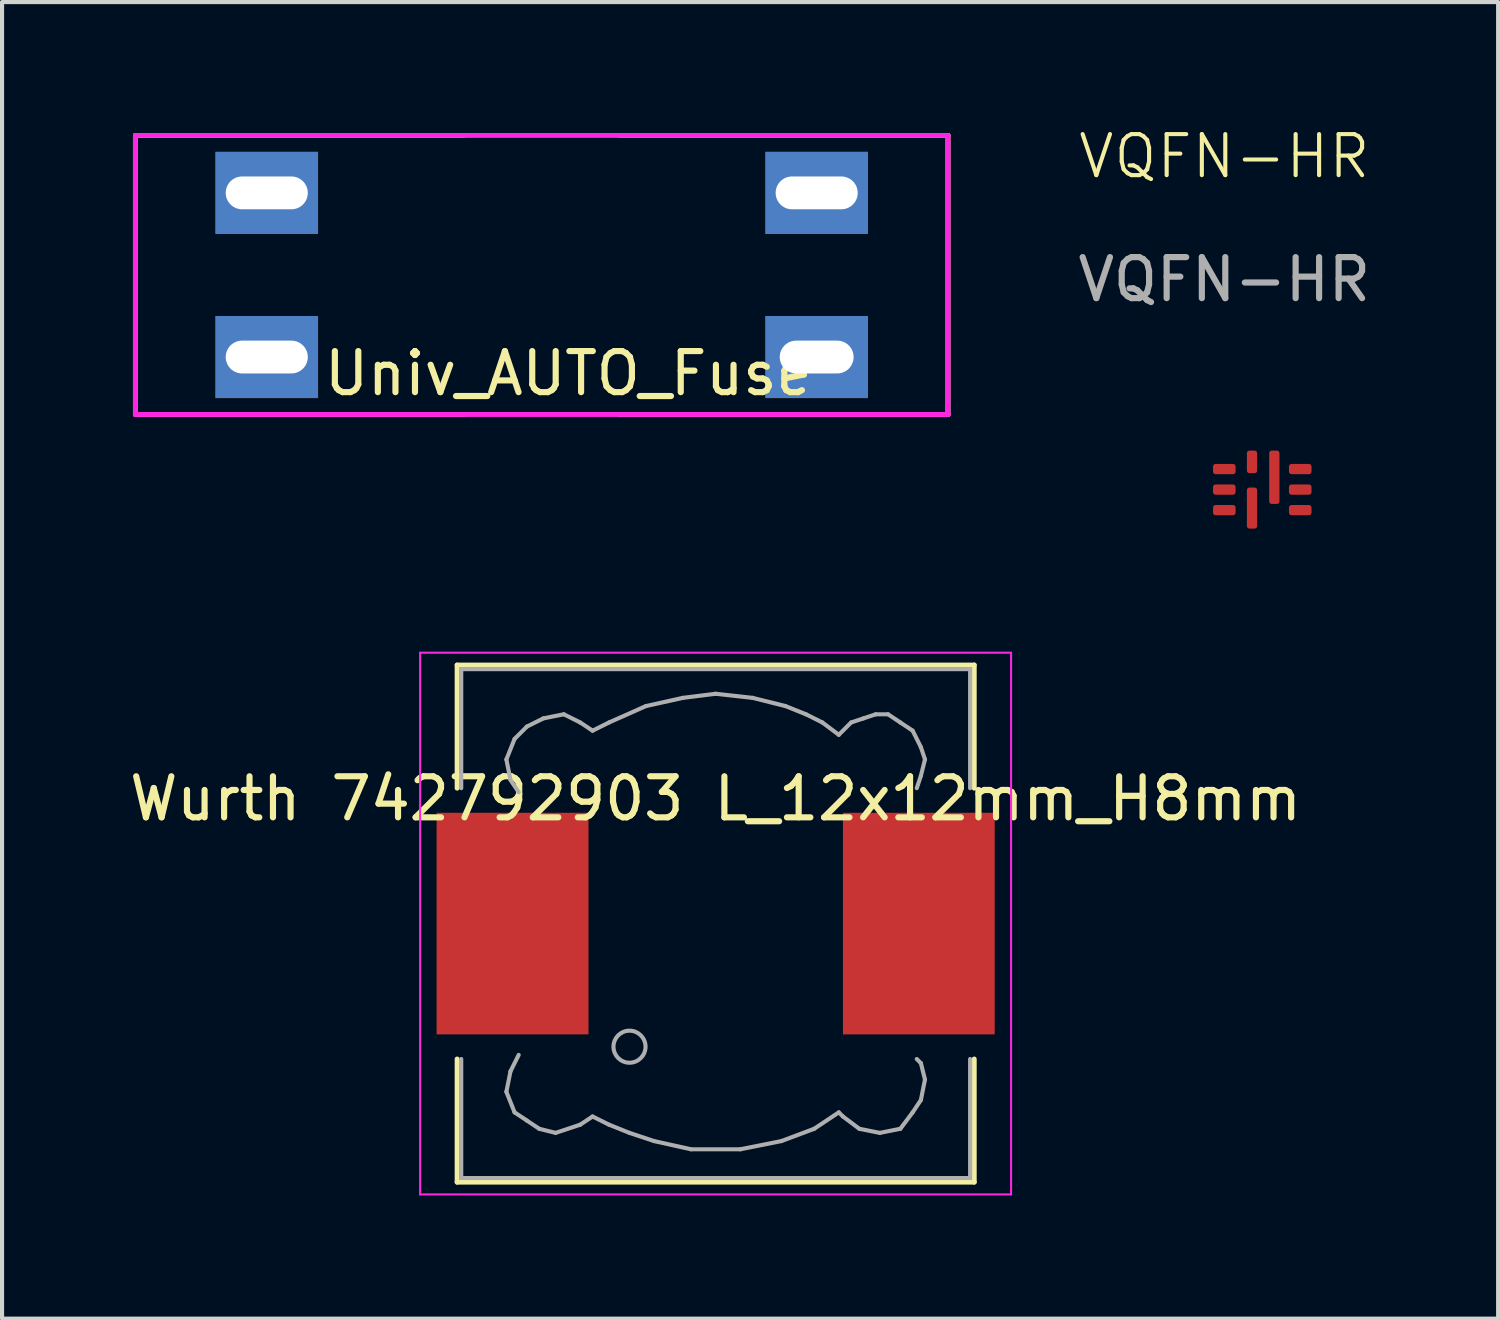
<source format=kicad_pcb>
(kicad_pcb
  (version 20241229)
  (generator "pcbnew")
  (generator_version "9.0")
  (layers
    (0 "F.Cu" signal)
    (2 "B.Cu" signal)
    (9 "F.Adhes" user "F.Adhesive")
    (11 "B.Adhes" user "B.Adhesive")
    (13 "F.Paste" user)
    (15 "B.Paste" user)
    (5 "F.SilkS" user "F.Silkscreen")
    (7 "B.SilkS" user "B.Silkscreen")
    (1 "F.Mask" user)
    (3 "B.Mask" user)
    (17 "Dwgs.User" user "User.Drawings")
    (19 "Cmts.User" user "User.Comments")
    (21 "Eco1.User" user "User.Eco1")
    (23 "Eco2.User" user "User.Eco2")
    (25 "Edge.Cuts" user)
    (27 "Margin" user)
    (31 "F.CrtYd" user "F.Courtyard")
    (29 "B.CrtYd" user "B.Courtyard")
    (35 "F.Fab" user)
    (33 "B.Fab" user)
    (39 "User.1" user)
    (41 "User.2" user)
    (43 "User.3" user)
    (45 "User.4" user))
  (footprint "Wurth 742792903 L_12x12mm_H8mm"
    (layer "F.Cu")
    (at 14.387 19.332)
    (property "Reference" "Wurth 742792903 L_12x12mm_H8mm" (at 0 -2.921 0) (unlocked yes) (layer "F.SilkS") (effects (font (size 1 1) (thickness 0.15))))
    (attr smd)
    (fp_line (start -6.298 -6.177) (end 6.302 -6.177) (stroke (width 0.12) (type solid)) (layer "F.SilkS"))
    (fp_line (start -6.298 -3.177) (end -6.298 -6.177) (stroke (width 0.12) (type solid)) (layer "F.SilkS"))
    (fp_line (start -6.298 6.423) (end -6.298 3.423) (stroke (width 0.12) (type solid)) (layer "F.SilkS"))
    (fp_line (start 6.302 -6.177) (end 6.302 -3.177) (stroke (width 0.12) (type solid)) (layer "F.SilkS"))
    (fp_line (start 6.302 3.423) (end 6.302 6.423) (stroke (width 0.12) (type solid)) (layer "F.SilkS"))
    (fp_line (start 6.302 6.423) (end -6.298 6.423) (stroke (width 0.12) (type solid)) (layer "F.SilkS"))
    (fp_line (start -7.2 -6.477) (end 7.2 -6.477) (stroke (width 0.05) (type solid)) (layer "F.CrtYd"))
    (fp_line (start -7.2 6.723) (end -7.2 -6.477) (stroke (width 0.05) (type solid)) (layer "F.CrtYd"))
    (fp_line (start 7.2 -6.477) (end 7.2 6.723) (stroke (width 0.05) (type solid)) (layer "F.CrtYd"))
    (fp_line (start 7.2 6.723) (end -7.2 6.723) (stroke (width 0.05) (type solid)) (layer "F.CrtYd"))
    (fp_line (start -6.198 -6.077) (end -6.198 -3.177) (stroke (width 0.1) (type solid)) (layer "F.Fab"))
    (fp_line (start -6.198 3.423) (end -6.198 6.323) (stroke (width 0.1) (type solid)) (layer "F.Fab"))
    (fp_line (start -6.198 6.323) (end 6.202 6.323) (stroke (width 0.1) (type solid)) (layer "F.Fab"))
    (fp_line (start -5.098 -3.877) (end -4.998 -3.377) (stroke (width 0.1) (type solid)) (layer "F.Fab"))
    (fp_line (start -5.098 4.223) (end -4.998 3.723) (stroke (width 0.1) (type solid)) (layer "F.Fab"))
    (fp_line (start -4.998 -3.377) (end -4.798 -3.077) (stroke (width 0.1) (type solid)) (layer "F.Fab"))
    (fp_line (start -4.998 3.723) (end -4.798 3.323) (stroke (width 0.1) (type solid)) (layer "F.Fab"))
    (fp_line (start -4.898 -4.377) (end -5.098 -3.877) (stroke (width 0.1) (type solid)) (layer "F.Fab"))
    (fp_line (start -4.898 4.723) (end -5.098 4.223) (stroke (width 0.1) (type solid)) (layer "F.Fab"))
    (fp_line (start -4.598 -4.677) (end -4.898 -4.377) (stroke (width 0.1) (type solid)) (layer "F.Fab"))
    (fp_line (start -4.598 4.923) (end -4.898 4.723) (stroke (width 0.1) (type solid)) (layer "F.Fab"))
    (fp_line (start -4.298 5.123) (end -4.598 4.923) (stroke (width 0.1) (type solid)) (layer "F.Fab"))
    (fp_line (start -4.198 -4.877) (end -4.598 -4.677) (stroke (width 0.1) (type solid)) (layer "F.Fab"))
    (fp_line (start -3.898 5.223) (end -4.298 5.123) (stroke (width 0.1) (type solid)) (layer "F.Fab"))
    (fp_line (start -3.698 -4.977) (end -4.198 -4.877) (stroke (width 0.1) (type solid)) (layer "F.Fab"))
    (fp_line (start -3.298 -4.777) (end -3.698 -4.977) (stroke (width 0.1) (type solid)) (layer "F.Fab"))
    (fp_line (start -3.298 5.023) (end -3.898 5.223) (stroke (width 0.1) (type solid)) (layer "F.Fab"))
    (fp_line (start -2.998 -4.577) (end -3.298 -4.777) (stroke (width 0.1) (type solid)) (layer "F.Fab"))
    (fp_line (start -2.998 4.823) (end -3.298 5.023) (stroke (width 0.1) (type solid)) (layer "F.Fab"))
    (fp_line (start -2.598 -4.777) (end -2.998 -4.577) (stroke (width 0.1) (type solid)) (layer "F.Fab"))
    (fp_line (start -2.598 5.023) (end -2.998 4.823) (stroke (width 0.1) (type solid)) (layer "F.Fab"))
    (fp_line (start -2.098 5.223) (end -2.598 5.023) (stroke (width 0.1) (type solid)) (layer "F.Fab"))
    (fp_line (start -1.698 -5.177) (end -2.598 -4.777) (stroke (width 0.1) (type solid)) (layer "F.Fab"))
    (fp_line (start -1.498 5.423) (end -2.098 5.223) (stroke (width 0.1) (type solid)) (layer "F.Fab"))
    (fp_line (start -0.798 -5.377) (end -1.698 -5.177) (stroke (width 0.1) (type solid)) (layer "F.Fab"))
    (fp_line (start -0.598 5.623) (end -1.498 5.423) (stroke (width 0.1) (type solid)) (layer "F.Fab"))
    (fp_line (start 0.002 -5.477) (end -0.798 -5.377) (stroke (width 0.1) (type solid)) (layer "F.Fab"))
    (fp_line (start 0.602 5.623) (end -0.598 5.623) (stroke (width 0.1) (type solid)) (layer "F.Fab"))
    (fp_line (start 0.902 -5.377) (end 0.002 -5.477) (stroke (width 0.1) (type solid)) (layer "F.Fab"))
    (fp_line (start 1.602 5.423) (end 0.602 5.623) (stroke (width 0.1) (type solid)) (layer "F.Fab"))
    (fp_line (start 1.702 -5.177) (end 0.902 -5.377) (stroke (width 0.1) (type solid)) (layer "F.Fab"))
    (fp_line (start 2.202 -4.977) (end 1.702 -5.177) (stroke (width 0.1) (type solid)) (layer "F.Fab"))
    (fp_line (start 2.402 5.123) (end 1.602 5.423) (stroke (width 0.1) (type solid)) (layer "F.Fab"))
    (fp_line (start 2.602 -4.777) (end 2.202 -4.977) (stroke (width 0.1) (type solid)) (layer "F.Fab"))
    (fp_line (start 3.002 -4.477) (end 2.602 -4.777) (stroke (width 0.1) (type solid)) (layer "F.Fab"))
    (fp_line (start 3.002 4.723) (end 2.402 5.123) (stroke (width 0.1) (type solid)) (layer "F.Fab"))
    (fp_line (start 3.102 4.823) (end 3.002 4.723) (stroke (width 0.1) (type solid)) (layer "F.Fab"))
    (fp_line (start 3.302 -4.777) (end 3.002 -4.477) (stroke (width 0.1) (type solid)) (layer "F.Fab"))
    (fp_line (start 3.502 5.123) (end 3.102 4.823) (stroke (width 0.1) (type solid)) (layer "F.Fab"))
    (fp_line (start 3.602 -4.877) (end 3.302 -4.777) (stroke (width 0.1) (type solid)) (layer "F.Fab"))
    (fp_line (start 3.902 -4.977) (end 3.602 -4.877) (stroke (width 0.1) (type solid)) (layer "F.Fab"))
    (fp_line (start 4.002 5.223) (end 3.502 5.123) (stroke (width 0.1) (type solid)) (layer "F.Fab"))
    (fp_line (start 4.202 -4.977) (end 3.902 -4.977) (stroke (width 0.1) (type solid)) (layer "F.Fab"))
    (fp_line (start 4.502 -4.777) (end 4.202 -4.977) (stroke (width 0.1) (type solid)) (layer "F.Fab"))
    (fp_line (start 4.502 5.123) (end 4.002 5.223) (stroke (width 0.1) (type solid)) (layer "F.Fab"))
    (fp_line (start 4.802 -4.577) (end 4.502 -4.777) (stroke (width 0.1) (type solid)) (layer "F.Fab"))
    (fp_line (start 4.802 4.723) (end 4.502 5.123) (stroke (width 0.1) (type solid)) (layer "F.Fab"))
    (fp_line (start 4.902 -3.177) (end 5.002 -3.477) (stroke (width 0.1) (type solid)) (layer "F.Fab"))
    (fp_line (start 4.902 3.423) (end 5.002 3.523) (stroke (width 0.1) (type solid)) (layer "F.Fab"))
    (fp_line (start 5.002 -4.177) (end 4.802 -4.577) (stroke (width 0.1) (type solid)) (layer "F.Fab"))
    (fp_line (start 5.002 -3.477) (end 5.102 -3.877) (stroke (width 0.1) (type solid)) (layer "F.Fab"))
    (fp_line (start 5.002 3.523) (end 5.102 3.923) (stroke (width 0.1) (type solid)) (layer "F.Fab"))
    (fp_line (start 5.002 4.423) (end 4.802 4.723) (stroke (width 0.1) (type solid)) (layer "F.Fab"))
    (fp_line (start 5.102 -3.877) (end 5.002 -4.177) (stroke (width 0.1) (type solid)) (layer "F.Fab"))
    (fp_line (start 5.102 3.923) (end 5.002 4.423) (stroke (width 0.1) (type solid)) (layer "F.Fab"))
    (fp_line (start 6.202 -6.077) (end -6.198 -6.077) (stroke (width 0.1) (type solid)) (layer "F.Fab"))
    (fp_line (start 6.202 -6.077) (end 6.202 -3.177) (stroke (width 0.1) (type solid)) (layer "F.Fab"))
    (fp_line (start 6.202 6.323) (end 6.202 3.423) (stroke (width 0.1) (type solid)) (layer "F.Fab"))
    (fp_circle (center -2.098 3.123) (end -1.798 3.373) (stroke (width 0.1) (type solid)) (fill no) (layer "F.Fab"))
    (pad "1" smd rect (at -4.948 0.123) (size 3.702 5.4) (layers "F.Cu" "F.Mask" "F.Paste"))
    (pad "2" smd rect (at 4.952 0.123) (size 3.698 5.4) (layers "F.Cu" "F.Mask" "F.Paste")))
  (footprint "Univ_AUTO_Fuse"
    (layer "F.Cu")
    (at 0.25 0.25)
    (property "Reference" "Univ_AUTO_Fuse" (at 10.55 5.8 0) (layer "F.SilkS") (effects (font (size 1 1) (thickness 0.15))))
    (attr through_hole)
    (fp_line (start 0 0) (end 0 6.8) (stroke (width 0.12) (type solid)) (layer "F.SilkS"))
    (fp_line (start 0 6.8) (end 8 6.8) (stroke (width 0.12) (type solid)) (layer "F.SilkS"))
    (fp_line (start 8 0) (end 0 0) (stroke (width 0.12) (type solid)) (layer "F.SilkS"))
    (fp_line (start 11.8 0) (end 19.8 0) (stroke (width 0.12) (type solid)) (layer "F.SilkS"))
    (fp_line (start 19.8 0) (end 19.8 6.8) (stroke (width 0.12) (type solid)) (layer "F.SilkS"))
    (fp_line (start 19.8 6.8) (end 11.8 6.8) (stroke (width 0.12) (type solid)) (layer "F.SilkS"))
    (fp_line (start 0 0) (end 19.8 0) (stroke (width 0.12) (type solid)) (layer "F.CrtYd"))
    (fp_line (start 0 6.8) (end 0 0) (stroke (width 0.12) (type solid)) (layer "F.CrtYd"))
    (fp_line (start 19.8 0) (end 19.8 6.8) (stroke (width 0.12) (type solid)) (layer "F.CrtYd"))
    (fp_line (start 19.8 6.8) (end 0 6.8) (stroke (width 0.12) (type solid)) (layer "F.CrtYd"))
    (pad "1" thru_hole rect (at 3.2 1.4) (size 2.5 2) (drill oval 2 0.8) (layers "*.Cu" "*.Mask"))
    (pad "1" thru_hole rect (at 3.2 5.4) (size 2.5 2) (drill oval 2 0.8) (layers "*.Cu" "*.Mask"))
    (pad "2" thru_hole rect (at 16.6 1.4) (size 2.5 2) (drill oval 2 0.8) (layers "*.Cu" "*.Mask"))
    (pad "2" thru_hole rect (at 16.6 5.4) (size 2.5 2) (drill oval 1.8 0.8) (layers "*.Cu" "*.Mask")))
  (footprint "VQFN-HR"
    (layer "F.Cu")
    (at 26.783 8.38)
    (property "Reference" "VQFN-HR" (at 0 -7.62 0) (unlocked yes) (layer "F.SilkS") (effects (font (size 1 1) (thickness 0.1))))
    (attr smd)
    (fp_text user "${REFERENCE}" (at 0 -4.62 0) (unlocked yes) (layer "F.Fab") (effects (font (size 1 1) (thickness 0.15))))
    (pad "1" smd roundrect (at 0 0) (size 0.55 0.25) (layers "F.Cu" "F.Mask" "F.Paste") (roundrect_rratio 0.25))
    (pad "2" smd roundrect (at 0 0.5) (size 0.55 0.25) (layers "F.Cu" "F.Mask" "F.Paste") (roundrect_rratio 0.25))
    (pad "3" smd roundrect (at 0 1) (size 0.55 0.25) (layers "F.Cu" "F.Mask" "F.Paste") (roundrect_rratio 0.25))
    (pad "4" smd roundrect (at 0.675 0.95 90) (size 1 0.25) (layers "F.Cu" "F.Mask" "F.Paste") (roundrect_rratio 0.25))
    (pad "5" smd roundrect (at 1.85 1) (size 0.55 0.25) (layers "F.Cu" "F.Mask" "F.Paste") (roundrect_rratio 0.25))
    (pad "6" smd roundrect (at 1.85 0.5) (size 0.55 0.25) (layers "F.Cu" "F.Mask" "F.Paste") (roundrect_rratio 0.25))
    (pad "7" smd roundrect (at 1.85 0) (size 0.55 0.25) (layers "F.Cu" "F.Mask" "F.Paste") (roundrect_rratio 0.25))
    (pad "8" smd roundrect (at 1.219 0.2 90) (size 1.3 0.25) (layers "F.Cu" "F.Mask" "F.Paste") (roundrect_rratio 0.25))
    (pad "9" smd roundrect (at 0.675 -0.175 90) (size 0.55 0.25) (layers "F.Cu" "F.Mask" "F.Paste") (roundrect_rratio 0.25)))
  (gr_rect
    (start -3 -3)
    (end 33.455 29.081)
    (stroke (width 0.1) (type default))
    (fill no)
    (layer "Edge.Cuts")))
</source>
